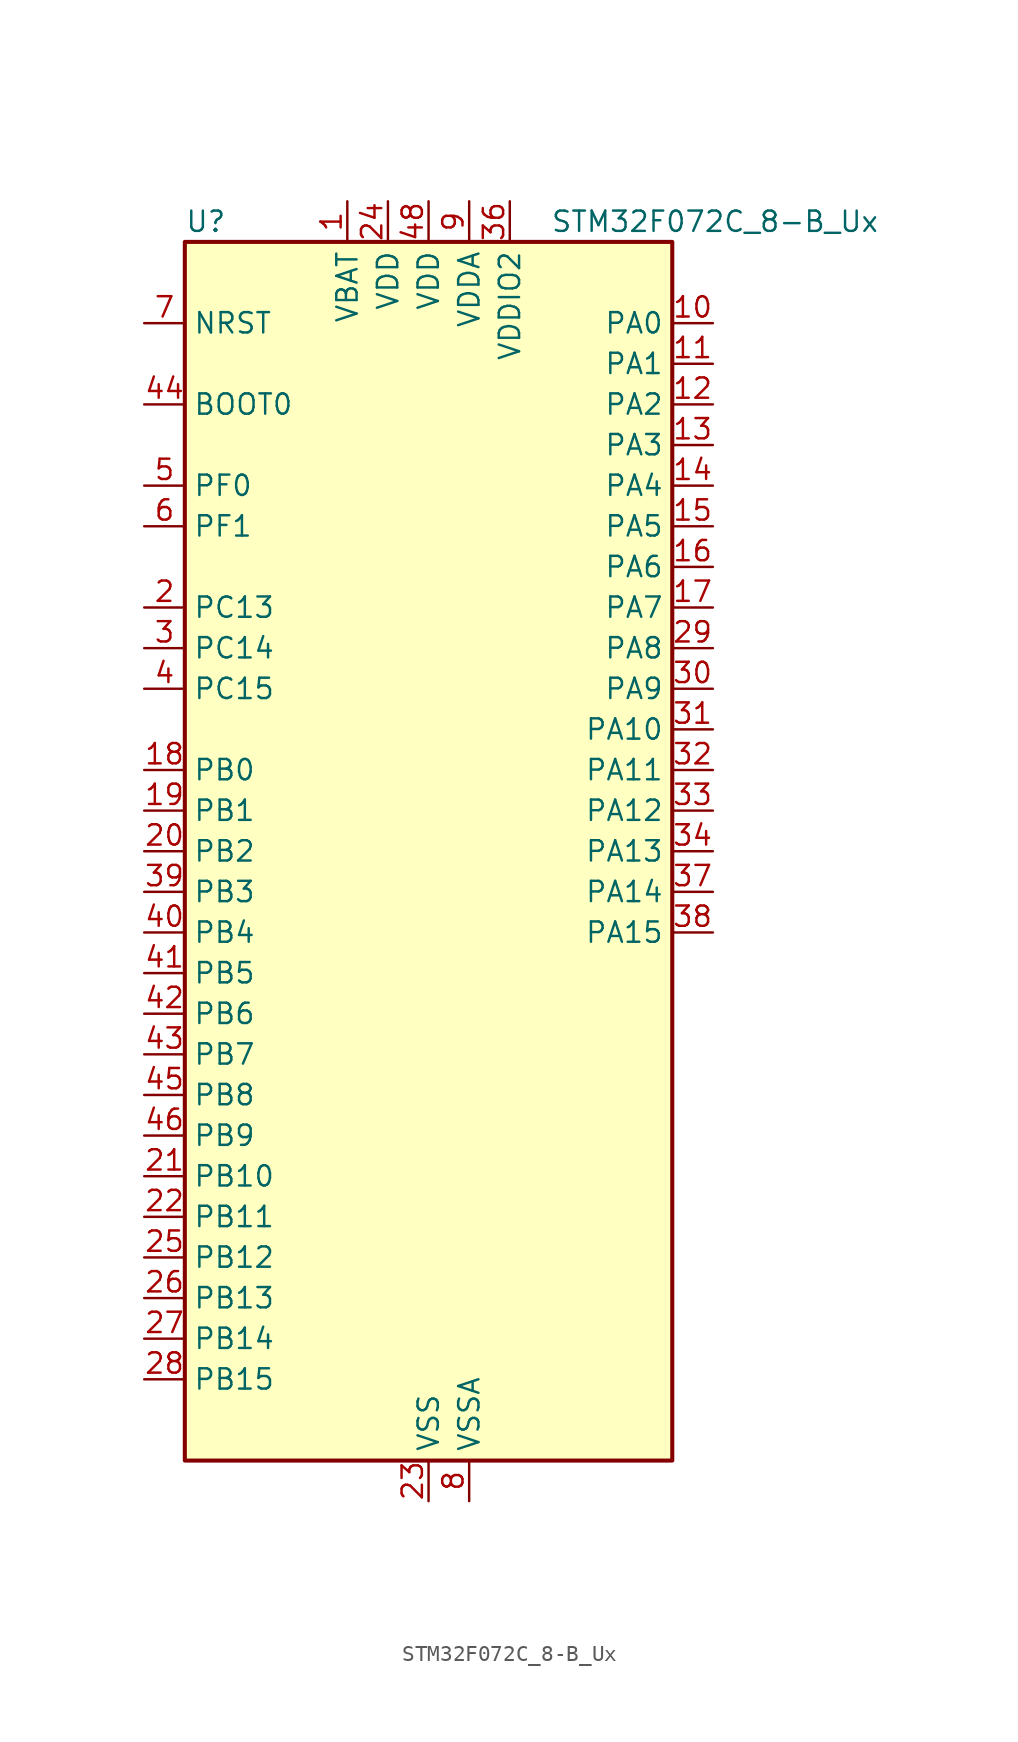
<source format=kicad_sym>
(kicad_symbol_lib
  (version 20241209)
  (generator "kicad_symbol_editor")
  (generator_version "9.0")
  (symbol "STM32F072C_8-B_Ux"
    (property "Reference" "U"
      (at -15.24 39.37 0)
      (effects (font (size 1.27 1.27)) (justify left)))
    (property "Value" "STM32F072C_8-B_Ux"
      (at 7.62 39.37 0)
      (effects (font (size 1.27 1.27)) (justify left)))
    (symbol "STM32F072C_8-B_Ux_0_1"
      (rectangle (start -15.24 -38.1) (end 15.24 38.1) (stroke (width 0.254) (type default)) (fill (type background))))
    (symbol "STM32F072C_8-B_Ux_1_1"
      (pin input line (at -17.78 33.02 0) (length 2.54) (name "NRST" (effects (font (size 1.27 1.27)))) (number "7" (effects (font (size 1.27 1.27)))))
      (pin input line (at -17.78 27.94 0) (length 2.54) (name "BOOT0" (effects (font (size 1.27 1.27)))) (number "44" (effects (font (size 1.27 1.27)))))
      (pin bidirectional line (at -17.78 22.86 0) (length 2.54) (name "PF0" (effects (font (size 1.27 1.27)))) (number "5" (effects (font (size 1.27 1.27)))) (alternate "CRS_SYNC" bidirectional line) (alternate "RCC_OSC_IN" bidirectional line))
      (pin bidirectional line (at -17.78 20.32 0) (length 2.54) (name "PF1" (effects (font (size 1.27 1.27)))) (number "6" (effects (font (size 1.27 1.27)))) (alternate "RCC_OSC_OUT" bidirectional line))
      (pin bidirectional line (at -17.78 15.24 0) (length 2.54) (name "PC13" (effects (font (size 1.27 1.27)))) (number "2" (effects (font (size 1.27 1.27)))) (alternate "RTC_OUT_ALARM" bidirectional line) (alternate "RTC_OUT_CALIB" bidirectional line) (alternate "RTC_TAMP1" bidirectional line) (alternate "RTC_TS" bidirectional line) (alternate "SYS_WKUP2" bidirectional line))
      (pin bidirectional line (at -17.78 12.7 0) (length 2.54) (name "PC14" (effects (font (size 1.27 1.27)))) (number "3" (effects (font (size 1.27 1.27)))) (alternate "RCC_OSC32_IN" bidirectional line))
      (pin bidirectional line (at -17.78 10.16 0) (length 2.54) (name "PC15" (effects (font (size 1.27 1.27)))) (number "4" (effects (font (size 1.27 1.27)))) (alternate "RCC_OSC32_OUT" bidirectional line))
      (pin bidirectional line (at -17.78 5.08 0) (length 2.54) (name "PB0" (effects (font (size 1.27 1.27)))) (number "18" (effects (font (size 1.27 1.27)))) (alternate "ADC_IN8" bidirectional line) (alternate "TIM1_CH2N" bidirectional line) (alternate "TIM3_CH3" bidirectional line) (alternate "TSC_G3_IO2" bidirectional line) (alternate "USART3_CK" bidirectional line))
      (pin bidirectional line (at -17.78 2.54 0) (length 2.54) (name "PB1" (effects (font (size 1.27 1.27)))) (number "19" (effects (font (size 1.27 1.27)))) (alternate "ADC_IN9" bidirectional line) (alternate "TIM14_CH1" bidirectional line) (alternate "TIM1_CH3N" bidirectional line) (alternate "TIM3_CH4" bidirectional line) (alternate "TSC_G3_IO3" bidirectional line) (alternate "USART3_DE" bidirectional line) (alternate "USART3_RTS" bidirectional line))
      (pin bidirectional line (at -17.78 0 0) (length 2.54) (name "PB2" (effects (font (size 1.27 1.27)))) (number "20" (effects (font (size 1.27 1.27)))) (alternate "TSC_G3_IO4" bidirectional line))
      (pin bidirectional line (at -17.78 -2.54 0) (length 2.54) (name "PB3" (effects (font (size 1.27 1.27)))) (number "39" (effects (font (size 1.27 1.27)))) (alternate "I2S1_CK" bidirectional line) (alternate "SPI1_SCK" bidirectional line) (alternate "TIM2_CH2" bidirectional line) (alternate "TSC_G5_IO1" bidirectional line))
      (pin bidirectional line (at -17.78 -5.08 0) (length 2.54) (name "PB4" (effects (font (size 1.27 1.27)))) (number "40" (effects (font (size 1.27 1.27)))) (alternate "I2S1_MCK" bidirectional line) (alternate "SPI1_MISO" bidirectional line) (alternate "TIM17_BKIN" bidirectional line) (alternate "TIM3_CH1" bidirectional line) (alternate "TSC_G5_IO2" bidirectional line))
      (pin bidirectional line (at -17.78 -7.62 0) (length 2.54) (name "PB5" (effects (font (size 1.27 1.27)))) (number "41" (effects (font (size 1.27 1.27)))) (alternate "I2C1_SMBA" bidirectional line) (alternate "I2S1_SD" bidirectional line) (alternate "SPI1_MOSI" bidirectional line) (alternate "SYS_WKUP6" bidirectional line) (alternate "TIM16_BKIN" bidirectional line) (alternate "TIM3_CH2" bidirectional line))
      (pin bidirectional line (at -17.78 -10.16 0) (length 2.54) (name "PB6" (effects (font (size 1.27 1.27)))) (number "42" (effects (font (size 1.27 1.27)))) (alternate "I2C1_SCL" bidirectional line) (alternate "TIM16_CH1N" bidirectional line) (alternate "TSC_G5_IO3" bidirectional line) (alternate "USART1_TX" bidirectional line))
      (pin bidirectional line (at -17.78 -12.7 0) (length 2.54) (name "PB7" (effects (font (size 1.27 1.27)))) (number "43" (effects (font (size 1.27 1.27)))) (alternate "I2C1_SDA" bidirectional line) (alternate "TIM17_CH1N" bidirectional line) (alternate "TSC_G5_IO4" bidirectional line) (alternate "USART1_RX" bidirectional line) (alternate "USART4_CTS" bidirectional line))
      (pin bidirectional line (at -17.78 -15.24 0) (length 2.54) (name "PB8" (effects (font (size 1.27 1.27)))) (number "45" (effects (font (size 1.27 1.27)))) (alternate "CAN_RX" bidirectional line) (alternate "CEC" bidirectional line) (alternate "I2C1_SCL" bidirectional line) (alternate "TIM16_CH1" bidirectional line) (alternate "TSC_SYNC" bidirectional line))
      (pin bidirectional line (at -17.78 -17.78 0) (length 2.54) (name "PB9" (effects (font (size 1.27 1.27)))) (number "46" (effects (font (size 1.27 1.27)))) (alternate "CAN_TX" bidirectional line) (alternate "DAC_EXTI9" bidirectional line) (alternate "I2C1_SDA" bidirectional line) (alternate "I2S2_WS" bidirectional line) (alternate "IR_OUT" bidirectional line) (alternate "SPI2_NSS" bidirectional line) (alternate "TIM17_CH1" bidirectional line))
      (pin bidirectional line (at -17.78 -20.32 0) (length 2.54) (name "PB10" (effects (font (size 1.27 1.27)))) (number "21" (effects (font (size 1.27 1.27)))) (alternate "CEC" bidirectional line) (alternate "I2C2_SCL" bidirectional line) (alternate "I2S2_CK" bidirectional line) (alternate "SPI2_SCK" bidirectional line) (alternate "TIM2_CH3" bidirectional line) (alternate "TSC_SYNC" bidirectional line) (alternate "USART3_TX" bidirectional line))
      (pin bidirectional line (at -17.78 -22.86 0) (length 2.54) (name "PB11" (effects (font (size 1.27 1.27)))) (number "22" (effects (font (size 1.27 1.27)))) (alternate "I2C2_SDA" bidirectional line) (alternate "TIM2_CH4" bidirectional line) (alternate "TSC_G6_IO1" bidirectional line) (alternate "USART3_RX" bidirectional line))
      (pin bidirectional line (at -17.78 -25.4 0) (length 2.54) (name "PB12" (effects (font (size 1.27 1.27)))) (number "25" (effects (font (size 1.27 1.27)))) (alternate "I2S2_WS" bidirectional line) (alternate "SPI2_NSS" bidirectional line) (alternate "TIM15_BKIN" bidirectional line) (alternate "TIM1_BKIN" bidirectional line) (alternate "TSC_G6_IO2" bidirectional line) (alternate "USART3_CK" bidirectional line))
      (pin bidirectional line (at -17.78 -27.94 0) (length 2.54) (name "PB13" (effects (font (size 1.27 1.27)))) (number "26" (effects (font (size 1.27 1.27)))) (alternate "I2C2_SCL" bidirectional line) (alternate "I2S2_CK" bidirectional line) (alternate "SPI2_SCK" bidirectional line) (alternate "TIM1_CH1N" bidirectional line) (alternate "TSC_G6_IO3" bidirectional line) (alternate "USART3_CTS" bidirectional line))
      (pin bidirectional line (at -17.78 -30.48 0) (length 2.54) (name "PB14" (effects (font (size 1.27 1.27)))) (number "27" (effects (font (size 1.27 1.27)))) (alternate "I2C2_SDA" bidirectional line) (alternate "I2S2_MCK" bidirectional line) (alternate "SPI2_MISO" bidirectional line) (alternate "TIM15_CH1" bidirectional line) (alternate "TIM1_CH2N" bidirectional line) (alternate "TSC_G6_IO4" bidirectional line) (alternate "USART3_DE" bidirectional line) (alternate "USART3_RTS" bidirectional line))
      (pin bidirectional line (at -17.78 -33.02 0) (length 2.54) (name "PB15" (effects (font (size 1.27 1.27)))) (number "28" (effects (font (size 1.27 1.27)))) (alternate "I2S2_SD" bidirectional line) (alternate "RTC_REFIN" bidirectional line) (alternate "SPI2_MOSI" bidirectional line) (alternate "SYS_WKUP7" bidirectional line) (alternate "TIM15_CH1N" bidirectional line) (alternate "TIM15_CH2" bidirectional line) (alternate "TIM1_CH3N" bidirectional line))
      (pin power_in line (at -5.08 40.64 270) (length 2.54) (name "VBAT" (effects (font (size 1.27 1.27)))) (number "1" (effects (font (size 1.27 1.27)))))
      (pin power_in line (at -2.54 40.64 270) (length 2.54) (name "VDD" (effects (font (size 1.27 1.27)))) (number "24" (effects (font (size 1.27 1.27)))))
      (pin power_in line (at 0 40.64 270) (length 2.54) (name "VDD" (effects (font (size 1.27 1.27)))) (number "48" (effects (font (size 1.27 1.27)))))
      (pin power_in line (at 0 -40.64 90) (length 2.54) (name "VSS" (effects (font (size 1.27 1.27)))) (number "23" (effects (font (size 1.27 1.27)))))
      (pin passive line (at 0 -40.64 90) (length 2.54) (hide yes) (name "VSS" (effects (font (size 1.27 1.27)))) (number "35" (effects (font (size 1.27 1.27)))))
      (pin passive line (at 0 -40.64 90) (length 2.54) (hide yes) (name "VSS" (effects (font (size 1.27 1.27)))) (number "47" (effects (font (size 1.27 1.27)))))
      (pin passive line (at 0 -40.64 90) (length 2.54) (hide yes) (name "VSS" (effects (font (size 1.27 1.27)))) (number "49" (effects (font (size 1.27 1.27)))))
      (pin power_in line (at 2.54 40.64 270) (length 2.54) (name "VDDA" (effects (font (size 1.27 1.27)))) (number "9" (effects (font (size 1.27 1.27)))))
      (pin power_in line (at 2.54 -40.64 90) (length 2.54) (name "VSSA" (effects (font (size 1.27 1.27)))) (number "8" (effects (font (size 1.27 1.27)))))
      (pin power_in line (at 5.08 40.64 270) (length 2.54) (name "VDDIO2" (effects (font (size 1.27 1.27)))) (number "36" (effects (font (size 1.27 1.27)))))
      (pin bidirectional line (at 17.78 33.02 180) (length 2.54) (name "PA0" (effects (font (size 1.27 1.27)))) (number "10" (effects (font (size 1.27 1.27)))) (alternate "ADC_IN0" bidirectional line) (alternate "COMP1_INM" bidirectional line) (alternate "COMP1_OUT" bidirectional line) (alternate "RTC_TAMP2" bidirectional line) (alternate "SYS_WKUP1" bidirectional line) (alternate "TIM2_CH1" bidirectional line) (alternate "TIM2_ETR" bidirectional line) (alternate "TSC_G1_IO1" bidirectional line) (alternate "USART2_CTS" bidirectional line) (alternate "USART4_TX" bidirectional line))
      (pin bidirectional line (at 17.78 30.48 180) (length 2.54) (name "PA1" (effects (font (size 1.27 1.27)))) (number "11" (effects (font (size 1.27 1.27)))) (alternate "ADC_IN1" bidirectional line) (alternate "COMP1_INP" bidirectional line) (alternate "TIM15_CH1N" bidirectional line) (alternate "TIM2_CH2" bidirectional line) (alternate "TSC_G1_IO2" bidirectional line) (alternate "USART2_DE" bidirectional line) (alternate "USART2_RTS" bidirectional line) (alternate "USART4_RX" bidirectional line))
      (pin bidirectional line (at 17.78 27.94 180) (length 2.54) (name "PA2" (effects (font (size 1.27 1.27)))) (number "12" (effects (font (size 1.27 1.27)))) (alternate "ADC_IN2" bidirectional line) (alternate "COMP2_INM" bidirectional line) (alternate "COMP2_OUT" bidirectional line) (alternate "SYS_WKUP4" bidirectional line) (alternate "TIM15_CH1" bidirectional line) (alternate "TIM2_CH3" bidirectional line) (alternate "TSC_G1_IO3" bidirectional line) (alternate "USART2_TX" bidirectional line))
      (pin bidirectional line (at 17.78 25.4 180) (length 2.54) (name "PA3" (effects (font (size 1.27 1.27)))) (number "13" (effects (font (size 1.27 1.27)))) (alternate "ADC_IN3" bidirectional line) (alternate "COMP2_INP" bidirectional line) (alternate "TIM15_CH2" bidirectional line) (alternate "TIM2_CH4" bidirectional line) (alternate "TSC_G1_IO4" bidirectional line) (alternate "USART2_RX" bidirectional line))
      (pin bidirectional line (at 17.78 22.86 180) (length 2.54) (name "PA4" (effects (font (size 1.27 1.27)))) (number "14" (effects (font (size 1.27 1.27)))) (alternate "ADC_IN4" bidirectional line) (alternate "COMP1_INM" bidirectional line) (alternate "COMP2_INM" bidirectional line) (alternate "DAC_OUT1" bidirectional line) (alternate "I2S1_WS" bidirectional line) (alternate "SPI1_NSS" bidirectional line) (alternate "TIM14_CH1" bidirectional line) (alternate "TSC_G2_IO1" bidirectional line) (alternate "USART2_CK" bidirectional line))
      (pin bidirectional line (at 17.78 20.32 180) (length 2.54) (name "PA5" (effects (font (size 1.27 1.27)))) (number "15" (effects (font (size 1.27 1.27)))) (alternate "ADC_IN5" bidirectional line) (alternate "CEC" bidirectional line) (alternate "COMP1_INM" bidirectional line) (alternate "COMP2_INM" bidirectional line) (alternate "DAC_OUT2" bidirectional line) (alternate "I2S1_CK" bidirectional line) (alternate "SPI1_SCK" bidirectional line) (alternate "TIM2_CH1" bidirectional line) (alternate "TIM2_ETR" bidirectional line) (alternate "TSC_G2_IO2" bidirectional line))
      (pin bidirectional line (at 17.78 17.78 180) (length 2.54) (name "PA6" (effects (font (size 1.27 1.27)))) (number "16" (effects (font (size 1.27 1.27)))) (alternate "ADC_IN6" bidirectional line) (alternate "COMP1_OUT" bidirectional line) (alternate "I2S1_MCK" bidirectional line) (alternate "SPI1_MISO" bidirectional line) (alternate "TIM16_CH1" bidirectional line) (alternate "TIM1_BKIN" bidirectional line) (alternate "TIM3_CH1" bidirectional line) (alternate "TSC_G2_IO3" bidirectional line) (alternate "USART3_CTS" bidirectional line))
      (pin bidirectional line (at 17.78 15.24 180) (length 2.54) (name "PA7" (effects (font (size 1.27 1.27)))) (number "17" (effects (font (size 1.27 1.27)))) (alternate "ADC_IN7" bidirectional line) (alternate "COMP2_OUT" bidirectional line) (alternate "I2S1_SD" bidirectional line) (alternate "SPI1_MOSI" bidirectional line) (alternate "TIM14_CH1" bidirectional line) (alternate "TIM17_CH1" bidirectional line) (alternate "TIM1_CH1N" bidirectional line) (alternate "TIM3_CH2" bidirectional line) (alternate "TSC_G2_IO4" bidirectional line))
      (pin bidirectional line (at 17.78 12.7 180) (length 2.54) (name "PA8" (effects (font (size 1.27 1.27)))) (number "29" (effects (font (size 1.27 1.27)))) (alternate "CRS_SYNC" bidirectional line) (alternate "RCC_MCO" bidirectional line) (alternate "TIM1_CH1" bidirectional line) (alternate "USART1_CK" bidirectional line))
      (pin bidirectional line (at 17.78 10.16 180) (length 2.54) (name "PA9" (effects (font (size 1.27 1.27)))) (number "30" (effects (font (size 1.27 1.27)))) (alternate "DAC_EXTI9" bidirectional line) (alternate "TIM15_BKIN" bidirectional line) (alternate "TIM1_CH2" bidirectional line) (alternate "TSC_G4_IO1" bidirectional line) (alternate "USART1_TX" bidirectional line))
      (pin bidirectional line (at 17.78 7.62 180) (length 2.54) (name "PA10" (effects (font (size 1.27 1.27)))) (number "31" (effects (font (size 1.27 1.27)))) (alternate "TIM17_BKIN" bidirectional line) (alternate "TIM1_CH3" bidirectional line) (alternate "TSC_G4_IO2" bidirectional line) (alternate "USART1_RX" bidirectional line))
      (pin bidirectional line (at 17.78 5.08 180) (length 2.54) (name "PA11" (effects (font (size 1.27 1.27)))) (number "32" (effects (font (size 1.27 1.27)))) (alternate "CAN_RX" bidirectional line) (alternate "COMP1_OUT" bidirectional line) (alternate "TIM1_CH4" bidirectional line) (alternate "TSC_G4_IO3" bidirectional line) (alternate "USART1_CTS" bidirectional line) (alternate "USB_DM" bidirectional line))
      (pin bidirectional line (at 17.78 2.54 180) (length 2.54) (name "PA12" (effects (font (size 1.27 1.27)))) (number "33" (effects (font (size 1.27 1.27)))) (alternate "CAN_TX" bidirectional line) (alternate "COMP2_OUT" bidirectional line) (alternate "TIM1_ETR" bidirectional line) (alternate "TSC_G4_IO4" bidirectional line) (alternate "USART1_DE" bidirectional line) (alternate "USART1_RTS" bidirectional line) (alternate "USB_DP" bidirectional line))
      (pin bidirectional line (at 17.78 0 180) (length 2.54) (name "PA13" (effects (font (size 1.27 1.27)))) (number "34" (effects (font (size 1.27 1.27)))) (alternate "IR_OUT" bidirectional line) (alternate "SYS_SWDIO" bidirectional line) (alternate "USB_NOE" bidirectional line))
      (pin bidirectional line (at 17.78 -2.54 180) (length 2.54) (name "PA14" (effects (font (size 1.27 1.27)))) (number "37" (effects (font (size 1.27 1.27)))) (alternate "SYS_SWCLK" bidirectional line) (alternate "USART2_TX" bidirectional line))
      (pin bidirectional line (at 17.78 -5.08 180) (length 2.54) (name "PA15" (effects (font (size 1.27 1.27)))) (number "38" (effects (font (size 1.27 1.27)))) (alternate "I2S1_WS" bidirectional line) (alternate "SPI1_NSS" bidirectional line) (alternate "TIM2_CH1" bidirectional line) (alternate "TIM2_ETR" bidirectional line) (alternate "USART2_RX" bidirectional line) (alternate "USART4_DE" bidirectional line) (alternate "USART4_RTS" bidirectional line)))))
</source>
